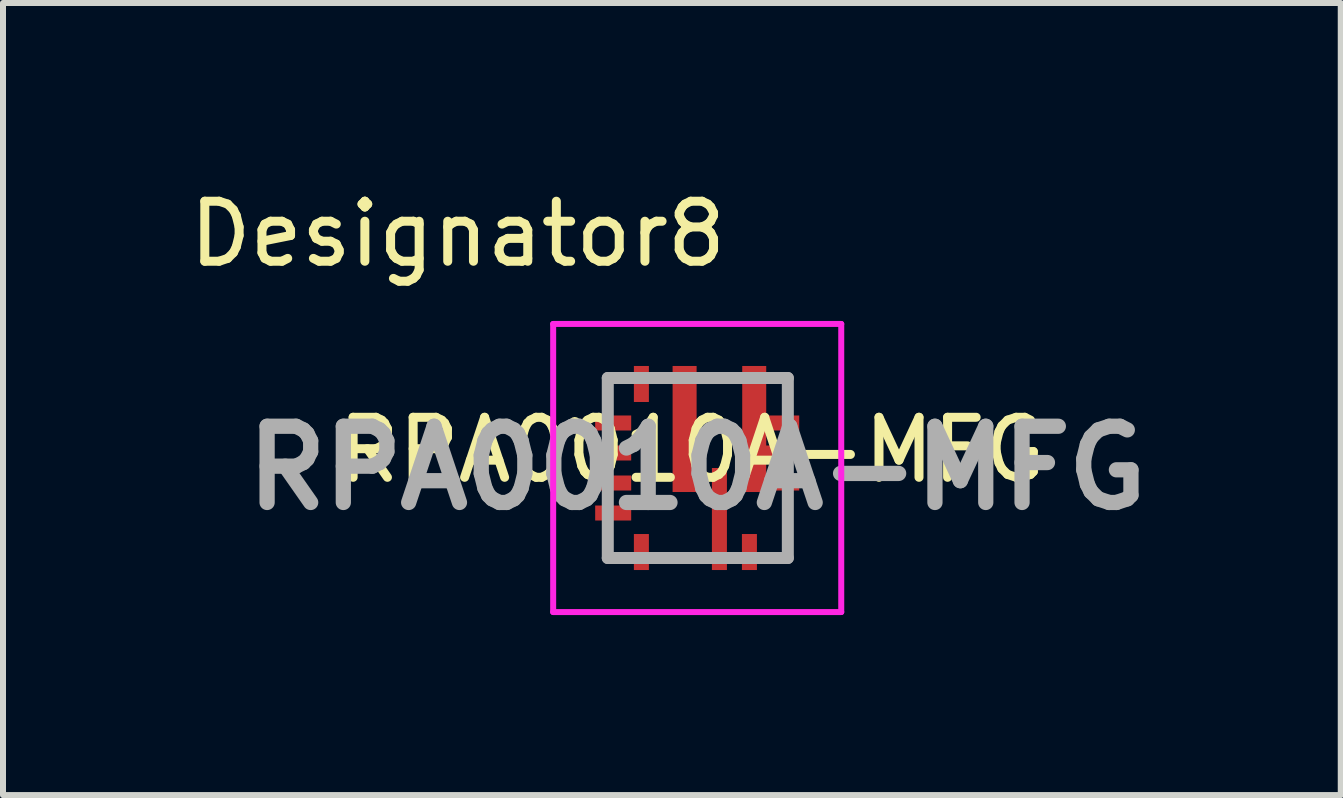
<source format=kicad_pcb>
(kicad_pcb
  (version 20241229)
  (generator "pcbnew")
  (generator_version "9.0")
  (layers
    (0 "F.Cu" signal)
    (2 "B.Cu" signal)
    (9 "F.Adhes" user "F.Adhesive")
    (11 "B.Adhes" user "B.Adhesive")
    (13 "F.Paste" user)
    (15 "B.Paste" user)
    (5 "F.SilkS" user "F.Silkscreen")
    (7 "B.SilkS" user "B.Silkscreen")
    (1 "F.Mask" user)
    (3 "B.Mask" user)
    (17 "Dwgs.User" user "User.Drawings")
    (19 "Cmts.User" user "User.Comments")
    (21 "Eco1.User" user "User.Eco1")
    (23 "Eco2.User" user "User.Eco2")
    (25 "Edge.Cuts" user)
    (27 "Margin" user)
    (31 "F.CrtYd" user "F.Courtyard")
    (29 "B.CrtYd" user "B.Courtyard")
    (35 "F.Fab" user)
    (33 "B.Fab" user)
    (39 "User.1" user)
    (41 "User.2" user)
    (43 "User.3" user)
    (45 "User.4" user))
  (footprint "RPA0010A-MFG"
    (layer "F.Cu")
    (at 8.477 4.448)
    (property "Reference" "RPA0010A-MFG" (at 0 0 0) (unlocked yes) (layer "F.SilkS") (effects (font (size 1 1) (thickness 0.15))))
    (attr smd)
    (fp_line (start -2 -0.45) (end -2 -0.45) (stroke (width 0.1) (type solid)) (layer "F.SilkS"))
    (fp_line (start -1.9 -0.45) (end -1.9 -0.45) (stroke (width 0.1) (type solid)) (layer "F.SilkS"))
    (fp_line (start -1.4 -1.2) (end -1.15 -1.2) (stroke (width 0.1) (type solid)) (layer "F.SilkS"))
    (fp_line (start -1.4 -1.1) (end -1.4 -1.2) (stroke (width 0.1) (type solid)) (layer "F.SilkS"))
    (fp_line (start -1.4 -0.95) (end -1.4 -1.1) (stroke (width 0.1) (type solid)) (layer "F.SilkS"))
    (fp_line (start -1.4 1.55) (end -1.4 1.8) (stroke (width 0.1) (type solid)) (layer "F.SilkS"))
    (fp_line (start -1.4 1.8) (end -1.15 1.8) (stroke (width 0.1) (type solid)) (layer "F.SilkS"))
    (fp_line (start -0.4 1.8) (end 0.1 1.8) (stroke (width 0.1) (type solid)) (layer "F.SilkS"))
    (fp_line (start 0.6 -1.2) (end 0.35 -1.2) (stroke (width 0.1) (type solid)) (layer "F.SilkS"))
    (fp_line (start 1.6 -1.2) (end 1.6 -0.95) (stroke (width 0.1) (type solid)) (layer "F.SilkS"))
    (fp_line (start 1.6 1.8) (end 1.6 1.15) (stroke (width 0.1) (type solid)) (layer "F.SilkS"))
    (fp_arc (start -2 -0.45) (mid -1.95 -0.5) (end -1.9 -0.45) (stroke (width 0.1) (type solid)) (layer "F.SilkS"))
    (fp_arc (start -1.9 -0.45) (mid -1.95 -0.4) (end -2 -0.45) (stroke (width 0.1) (type solid)) (layer "F.SilkS"))
    (fp_line (start -2.31 -2.1) (end 2.49 -2.1) (stroke (width 0.1) (type solid)) (layer "F.CrtYd"))
    (fp_line (start -2.31 2.7) (end -2.31 -2.1) (stroke (width 0.1) (type solid)) (layer "F.CrtYd"))
    (fp_line (start 2.49 -2.1) (end 2.49 2.7) (stroke (width 0.1) (type solid)) (layer "F.CrtYd"))
    (fp_line (start 2.49 2.7) (end -2.31 2.7) (stroke (width 0.1) (type solid)) (layer "F.CrtYd"))
    (fp_line (start -1.4 -1.2) (end 1.6 -1.2) (stroke (width 0.2) (type solid)) (layer "F.Fab"))
    (fp_line (start -1.4 1.8) (end -1.4 -1.2) (stroke (width 0.2) (type solid)) (layer "F.Fab"))
    (fp_line (start 1.6 -1.2) (end 1.6 1.8) (stroke (width 0.2) (type solid)) (layer "F.Fab"))
    (fp_line (start 1.6 1.8) (end -1.4 1.8) (stroke (width 0.2) (type solid)) (layer "F.Fab"))
    (fp_text user "Designator8" (at -3.9 -3.6 0) (unlocked yes) (layer "F.SilkS") (effects (font (size 1 1) (thickness 0.15))))
    (fp_text user "${REFERENCE}" (at 0.09 0.3 0) (layer "F.Fab") (effects (font (size 1.27 1.27) (thickness 0.254))))
    (pad "1" smd rect (at -1.31 -0.45 90) (size 0.25 0.6) (layers "F.Cu" "F.Mask" "F.Paste"))
    (pad "2" smd rect (at -1.31 0.05 90) (size 0.25 0.6) (layers "F.Cu" "F.Mask" "F.Paste"))
    (pad "3" smd rect (at -1.31 0.55 90) (size 0.25 0.6) (layers "F.Cu" "F.Mask" "F.Paste"))
    (pad "4" smd rect (at -1.31 1.05 90) (size 0.25 0.6) (layers "F.Cu" "F.Mask" "F.Paste"))
    (pad "5" smd rect (at -0.84 1.7) (size 0.25 0.6) (layers "F.Cu" "F.Mask" "F.Paste"))
    (pad "6" smd rect (at 0.46 1.15) (size 0.25 1.7) (layers "F.Cu" "F.Mask" "F.Paste"))
    (pad "7" smd rect (at 0.96 1.7) (size 0.25 0.6) (layers "F.Cu" "F.Mask" "F.Paste"))
    (pad "8" smd rect (at 1.04 -0.35) (size 0.4 2.1) (layers "F.Cu" "F.Mask" "F.Paste"))
    (pad "9" smd rect (at -0.12 -0.35) (size 0.4 2.1) (layers "F.Cu" "F.Mask" "F.Paste"))
    (pad "10" smd rect (at -0.84 -1.1) (size 0.25 0.6) (layers "F.Cu" "F.Mask" "F.Paste"))
    (pad "11" smd rect (at 1.51 0.55 90) (size 0.25 0.56) (layers "F.Cu" "F.Mask" "F.Paste"))
    (pad "12" smd rect (at 1.51 0.05 90) (size 0.25 0.56) (layers "F.Cu" "F.Mask" "F.Paste"))
    (pad "13" smd rect (at 1.51 -0.45 90) (size 0.25 0.56) (layers "F.Cu" "F.Mask" "F.Paste")))
  (gr_rect
    (start -3 -3)
    (end 19.29 10.198)
    (stroke (width 0.1) (type default))
    (fill no)
    (layer "Edge.Cuts")))
</source>
